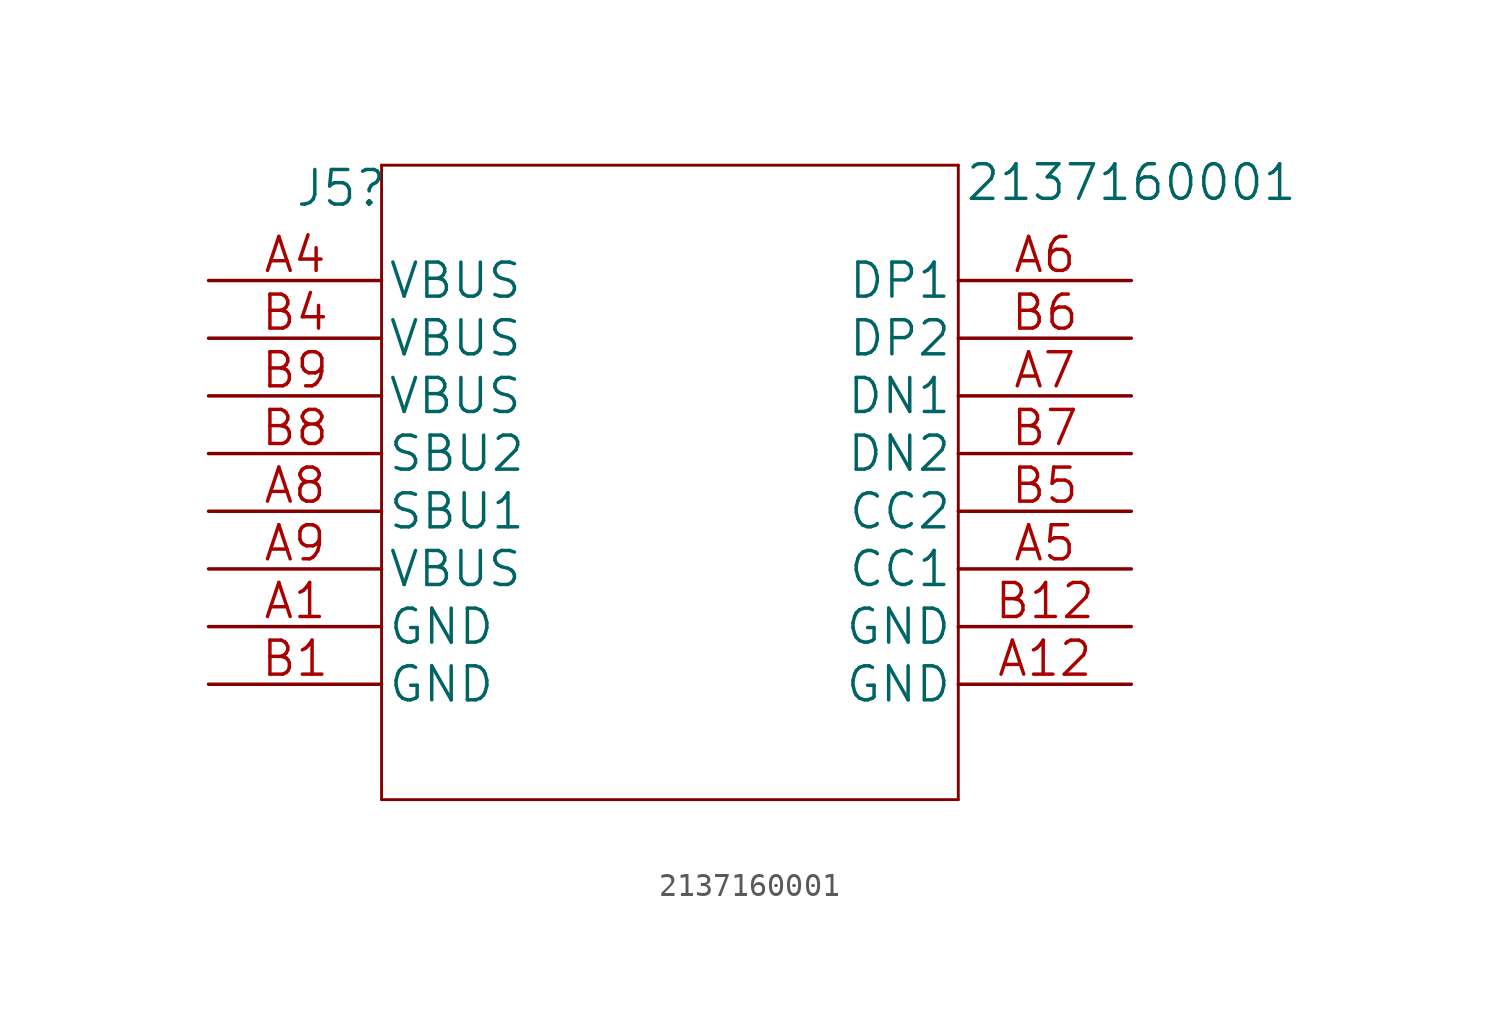
<source format=kicad_sym>
(kicad_symbol_lib
  (version 20220914)
  (generator kicad_symbol_editor)
  (symbol "2137160001"
    (pin_names
      (offset 0.254))
    (property "Reference" "J5"
      (at 5.842 4.064 0)
      (effects (font (size 1.524 1.524))))
    (property "Value" "2137160001"
      (at 40.64 4.318 0)
      (effects (font (size 1.524 1.524))))
    (property "Datasheet" ""
      (at 0 0 0)
      (effects (font (size 1.524 1.524))))
    (symbol "2137160001_1_1"
      (polyline (pts (xy 7.62 -22.86) (xy 33.02 -22.86)) (stroke (width 0.127) (type solid)) (fill (type none)))
      (polyline (pts (xy 7.62 5.08) (xy 7.62 -22.86)) (stroke (width 0.127) (type solid)) (fill (type none)))
      (polyline (pts (xy 33.02 -22.86) (xy 33.02 5.08)) (stroke (width 0.127) (type solid)) (fill (type none)))
      (polyline (pts (xy 33.02 5.08) (xy 7.62 5.08)) (stroke (width 0.127) (type solid)) (fill (type none)))
      (pin power_in line (at 0 -15.24 0) (length 7.62) (name "GND" (effects (font (size 1.499 1.499)))) (number "A1" (effects (font (size 1.499 1.499)))))
      (pin power_in line (at 40.64 -17.78 180) (length 7.62) (name "GND" (effects (font (size 1.499 1.499)))) (number "A12" (effects (font (size 1.499 1.499)))))
      (pin power_in line (at 0 0 0) (length 7.62) (name "VBUS" (effects (font (size 1.499 1.499)))) (number "A4" (effects (font (size 1.499 1.499)))))
      (pin bidirectional line (at 40.64 -12.7 180) (length 7.62) (name "CC1" (effects (font (size 1.499 1.499)))) (number "A5" (effects (font (size 1.499 1.499)))))
      (pin bidirectional line (at 40.64 0 180) (length 7.62) (name "DP1" (effects (font (size 1.499 1.499)))) (number "A6" (effects (font (size 1.499 1.499)))))
      (pin bidirectional line (at 40.64 -5.08 180) (length 7.62) (name "DN1" (effects (font (size 1.499 1.499)))) (number "A7" (effects (font (size 1.499 1.499)))))
      (pin bidirectional line (at 0 -10.16 0) (length 7.62) (name "SBU1" (effects (font (size 1.499 1.499)))) (number "A8" (effects (font (size 1.499 1.499)))))
      (pin power_in line (at 0 -12.7 0) (length 7.62) (name "VBUS" (effects (font (size 1.499 1.499)))) (number "A9" (effects (font (size 1.499 1.499)))))
      (pin power_in line (at 0 -17.78 0) (length 7.62) (name "GND" (effects (font (size 1.499 1.499)))) (number "B1" (effects (font (size 1.499 1.499)))))
      (pin power_in line (at 40.64 -15.24 180) (length 7.62) (name "GND" (effects (font (size 1.499 1.499)))) (number "B12" (effects (font (size 1.499 1.499)))))
      (pin power_in line (at 0 -2.54 0) (length 7.62) (name "VBUS" (effects (font (size 1.499 1.499)))) (number "B4" (effects (font (size 1.499 1.499)))))
      (pin bidirectional line (at 40.64 -10.16 180) (length 7.62) (name "CC2" (effects (font (size 1.499 1.499)))) (number "B5" (effects (font (size 1.499 1.499)))))
      (pin bidirectional line (at 40.64 -2.54 180) (length 7.62) (name "DP2" (effects (font (size 1.499 1.499)))) (number "B6" (effects (font (size 1.499 1.499)))))
      (pin bidirectional line (at 40.64 -7.62 180) (length 7.62) (name "DN2" (effects (font (size 1.499 1.499)))) (number "B7" (effects (font (size 1.499 1.499)))))
      (pin bidirectional line (at 0 -7.62 0) (length 7.62) (name "SBU2" (effects (font (size 1.499 1.499)))) (number "B8" (effects (font (size 1.499 1.499)))))
      (pin power_in line (at 0 -5.08 0) (length 7.62) (name "VBUS" (effects (font (size 1.499 1.499)))) (number "B9" (effects (font (size 1.499 1.499))))))))
</source>
